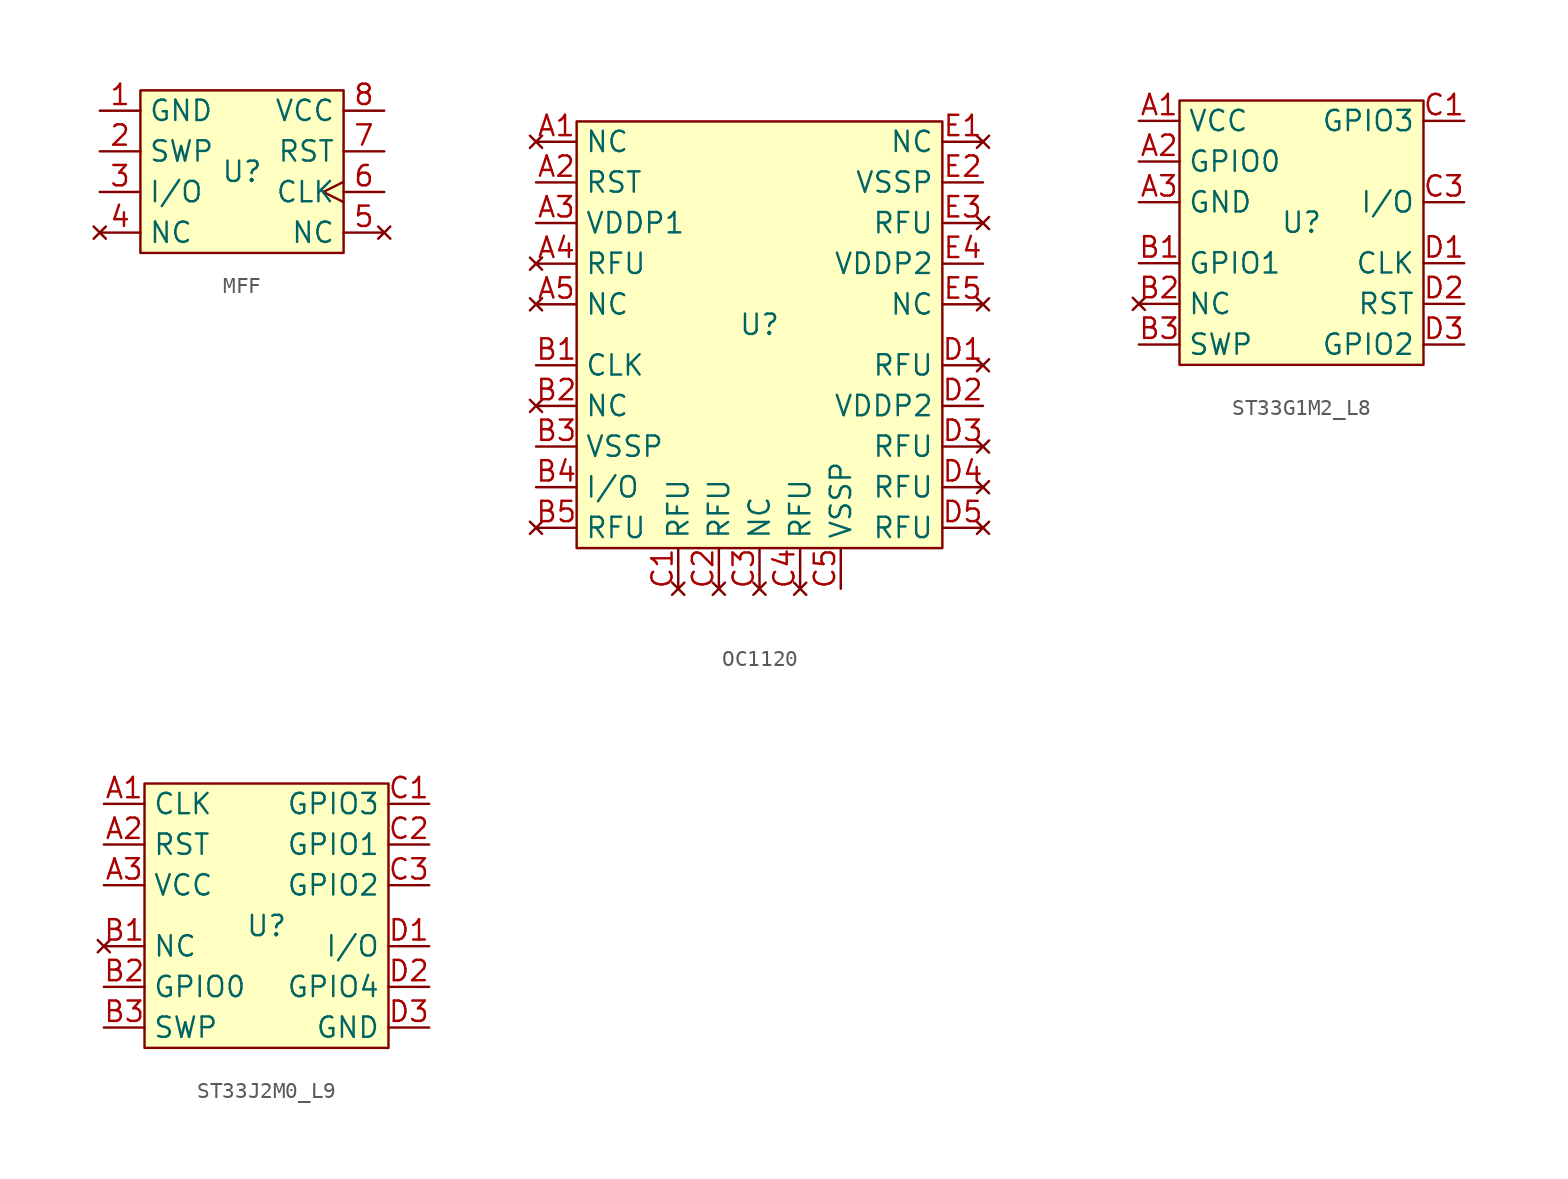
<source format=kicad_sym>
(kicad_symbol_lib
  (version 20231120)
  (generator "kicad_symbol_editor")
  (generator_version "8.0")
  (symbol "MFF"
    (property "Reference" "U"
      (at 0 0 0)
      (effects (font (size 1.27 1.27))))
    (symbol "MFF_1_1"
      (rectangle (start -6.35 5.08) (end 6.35 -5.08) (stroke (width 0) (type default)) (fill (type background)))
      (pin power_in line (at -8.89 3.81 0) (length 2.54) (name "GND" (effects (font (size 1.27 1.27)))) (number "1" (effects (font (size 1.27 1.27)))))
      (pin bidirectional line (at -8.89 1.27 0) (length 2.54) (name "SWP" (effects (font (size 1.27 1.27)))) (number "2" (effects (font (size 1.27 1.27)))) (alternate "NC" no_connect line))
      (pin bidirectional line (at -8.89 -1.27 0) (length 2.54) (name "I/O" (effects (font (size 1.27 1.27)))) (number "3" (effects (font (size 1.27 1.27)))))
      (pin no_connect line (at -8.89 -3.81 0) (length 2.54) (name "NC" (effects (font (size 1.27 1.27)))) (number "4" (effects (font (size 1.27 1.27)))))
      (pin no_connect line (at 8.89 -3.81 180) (length 2.54) (name "NC" (effects (font (size 1.27 1.27)))) (number "5" (effects (font (size 1.27 1.27)))))
      (pin input clock (at 8.89 -1.27 180) (length 2.54) (name "CLK" (effects (font (size 1.27 1.27)))) (number "6" (effects (font (size 1.27 1.27)))))
      (pin input line (at 8.89 1.27 180) (length 2.54) (name "RST" (effects (font (size 1.27 1.27)))) (number "7" (effects (font (size 1.27 1.27)))))
      (pin power_in line (at 8.89 3.81 180) (length 2.54) (name "VCC" (effects (font (size 1.27 1.27)))) (number "8" (effects (font (size 1.27 1.27)))))))
  (symbol "OC1120"
    (property "Reference" "U"
      (at 0 0 0)
      (effects (font (size 1.27 1.27))))
    (symbol "OC1120_1_1"
      (rectangle (start -11.43 12.7) (end 11.43 -13.97) (stroke (width 0) (type default)) (fill (type background)))
      (pin no_connect line (at -13.97 11.43 0) (length 2.54) (name "NC" (effects (font (size 1.27 1.27)))) (number "A1" (effects (font (size 1.27 1.27)))))
      (pin input line (at -13.97 8.89 0) (length 2.54) (name "RST" (effects (font (size 1.27 1.27)))) (number "A2" (effects (font (size 1.27 1.27)))))
      (pin power_in line (at -13.97 6.35 0) (length 2.54) (name "VDDP1" (effects (font (size 1.27 1.27)))) (number "A3" (effects (font (size 1.27 1.27)))))
      (pin no_connect line (at -13.97 3.81 0) (length 2.54) (name "RFU" (effects (font (size 1.27 1.27)))) (number "A4" (effects (font (size 1.27 1.27)))))
      (pin no_connect line (at -13.97 1.27 0) (length 2.54) (name "NC" (effects (font (size 1.27 1.27)))) (number "A5" (effects (font (size 1.27 1.27)))))
      (pin input line (at -13.97 -2.54 0) (length 2.54) (name "CLK" (effects (font (size 1.27 1.27)))) (number "B1" (effects (font (size 1.27 1.27)))))
      (pin no_connect line (at -13.97 -5.08 0) (length 2.54) (name "NC" (effects (font (size 1.27 1.27)))) (number "B2" (effects (font (size 1.27 1.27)))))
      (pin power_in line (at -13.97 -7.62 0) (length 2.54) (name "VSSP" (effects (font (size 1.27 1.27)))) (number "B3" (effects (font (size 1.27 1.27)))))
      (pin bidirectional line (at -13.97 -10.16 0) (length 2.54) (name "I/O" (effects (font (size 1.27 1.27)))) (number "B4" (effects (font (size 1.27 1.27)))))
      (pin no_connect line (at -13.97 -12.7 0) (length 2.54) (name "RFU" (effects (font (size 1.27 1.27)))) (number "B5" (effects (font (size 1.27 1.27)))))
      (pin no_connect line (at -5.08 -16.51 90) (length 2.54) (name "RFU" (effects (font (size 1.27 1.27)))) (number "C1" (effects (font (size 1.27 1.27)))))
      (pin no_connect line (at -2.54 -16.51 90) (length 2.54) (name "RFU" (effects (font (size 1.27 1.27)))) (number "C2" (effects (font (size 1.27 1.27)))))
      (pin no_connect line (at 0 -16.51 90) (length 2.54) (name "NC" (effects (font (size 1.27 1.27)))) (number "C3" (effects (font (size 1.27 1.27)))))
      (pin no_connect line (at 2.54 -16.51 90) (length 2.54) (name "RFU" (effects (font (size 1.27 1.27)))) (number "C4" (effects (font (size 1.27 1.27)))))
      (pin power_in line (at 5.08 -16.51 90) (length 2.54) (name "VSSP" (effects (font (size 1.27 1.27)))) (number "C5" (effects (font (size 1.27 1.27)))))
      (pin no_connect line (at 13.97 -2.54 180) (length 2.54) (name "RFU" (effects (font (size 1.27 1.27)))) (number "D1" (effects (font (size 1.27 1.27)))))
      (pin power_in line (at 13.97 -5.08 180) (length 2.54) (name "VDDP2" (effects (font (size 1.27 1.27)))) (number "D2" (effects (font (size 1.27 1.27)))))
      (pin no_connect line (at 13.97 -7.62 180) (length 2.54) (name "RFU" (effects (font (size 1.27 1.27)))) (number "D3" (effects (font (size 1.27 1.27)))))
      (pin no_connect line (at 13.97 -10.16 180) (length 2.54) (name "RFU" (effects (font (size 1.27 1.27)))) (number "D4" (effects (font (size 1.27 1.27)))))
      (pin no_connect line (at 13.97 -12.7 180) (length 2.54) (name "RFU" (effects (font (size 1.27 1.27)))) (number "D5" (effects (font (size 1.27 1.27)))))
      (pin no_connect line (at 13.97 11.43 180) (length 2.54) (name "NC" (effects (font (size 1.27 1.27)))) (number "E1" (effects (font (size 1.27 1.27)))))
      (pin power_in line (at 13.97 8.89 180) (length 2.54) (name "VSSP" (effects (font (size 1.27 1.27)))) (number "E2" (effects (font (size 1.27 1.27)))))
      (pin no_connect line (at 13.97 6.35 180) (length 2.54) (name "RFU" (effects (font (size 1.27 1.27)))) (number "E3" (effects (font (size 1.27 1.27)))))
      (pin power_in line (at 13.97 3.81 180) (length 2.54) (name "VDDP2" (effects (font (size 1.27 1.27)))) (number "E4" (effects (font (size 1.27 1.27)))))
      (pin no_connect line (at 13.97 1.27 180) (length 2.54) (name "NC" (effects (font (size 1.27 1.27)))) (number "E5" (effects (font (size 1.27 1.27)))))))
  (symbol "ST33G1M2_L8"
    (property "Reference" "U"
      (at 0 0 0)
      (effects (font (size 1.27 1.27))))
    (property "Value" ""
      (at 0 0 0)
      (effects (font (size 1.27 1.27))))
    (symbol "ST33G1M2_L8_1_1"
      (rectangle (start -7.62 7.62) (end 7.62 -8.89) (stroke (width 0) (type default)) (fill (type background)))
      (pin power_in line (at -10.16 6.35 0) (length 2.54) (name "VCC" (effects (font (size 1.27 1.27)))) (number "A1" (effects (font (size 1.27 1.27)))))
      (pin bidirectional line (at -10.16 3.81 0) (length 2.54) (name "GPIO0" (effects (font (size 1.27 1.27)))) (number "A2" (effects (font (size 1.27 1.27)))) (alternate "NC" no_connect line))
      (pin power_in line (at -10.16 1.27 0) (length 2.54) (name "GND" (effects (font (size 1.27 1.27)))) (number "A3" (effects (font (size 1.27 1.27)))))
      (pin bidirectional line (at -10.16 -2.54 0) (length 2.54) (name "GPIO1" (effects (font (size 1.27 1.27)))) (number "B1" (effects (font (size 1.27 1.27)))) (alternate "NC" no_connect line))
      (pin no_connect line (at -10.16 -5.08 0) (length 2.54) (name "NC" (effects (font (size 1.27 1.27)))) (number "B2" (effects (font (size 1.27 1.27)))))
      (pin bidirectional line (at -10.16 -7.62 0) (length 2.54) (name "SWP" (effects (font (size 1.27 1.27)))) (number "B3" (effects (font (size 1.27 1.27)))) (alternate "NC" no_connect line))
      (pin bidirectional line (at 10.16 6.35 180) (length 2.54) (name "GPIO3" (effects (font (size 1.27 1.27)))) (number "C1" (effects (font (size 1.27 1.27)))) (alternate "NC" no_connect line))
      (pin bidirectional line (at 10.16 1.27 180) (length 2.54) (name "I/O" (effects (font (size 1.27 1.27)))) (number "C3" (effects (font (size 1.27 1.27)))))
      (pin input line (at 10.16 -2.54 180) (length 2.54) (name "CLK" (effects (font (size 1.27 1.27)))) (number "D1" (effects (font (size 1.27 1.27)))))
      (pin input line (at 10.16 -5.08 180) (length 2.54) (name "RST" (effects (font (size 1.27 1.27)))) (number "D2" (effects (font (size 1.27 1.27)))))
      (pin bidirectional line (at 10.16 -7.62 180) (length 2.54) (name "GPIO2" (effects (font (size 1.27 1.27)))) (number "D3" (effects (font (size 1.27 1.27)))) (alternate "NC" no_connect line))))
  (symbol "ST33J2M0_L9"
    (property "Reference" "U"
      (at 0 0 0)
      (effects (font (size 1.27 1.27))))
    (symbol "ST33J2M0_L9_1_1"
      (rectangle (start -7.62 8.89) (end 7.62 -7.62) (stroke (width 0) (type default)) (fill (type background)))
      (pin input line (at -10.16 7.62 0) (length 2.54) (name "CLK" (effects (font (size 1.27 1.27)))) (number "A1" (effects (font (size 1.27 1.27)))))
      (pin input line (at -10.16 5.08 0) (length 2.54) (name "RST" (effects (font (size 1.27 1.27)))) (number "A2" (effects (font (size 1.27 1.27)))))
      (pin power_in line (at -10.16 2.54 0) (length 2.54) (name "VCC" (effects (font (size 1.27 1.27)))) (number "A3" (effects (font (size 1.27 1.27)))))
      (pin no_connect line (at -10.16 -1.27 0) (length 2.54) (name "NC" (effects (font (size 1.27 1.27)))) (number "B1" (effects (font (size 1.27 1.27)))))
      (pin bidirectional line (at -10.16 -3.81 0) (length 2.54) (name "GPIO0" (effects (font (size 1.27 1.27)))) (number "B2" (effects (font (size 1.27 1.27)))) (alternate "NC" no_connect line))
      (pin bidirectional line (at -10.16 -6.35 0) (length 2.54) (name "SWP" (effects (font (size 1.27 1.27)))) (number "B3" (effects (font (size 1.27 1.27)))))
      (pin bidirectional line (at 10.16 7.62 180) (length 2.54) (name "GPIO3" (effects (font (size 1.27 1.27)))) (number "C1" (effects (font (size 1.27 1.27)))) (alternate "NC" no_connect line))
      (pin bidirectional line (at 10.16 5.08 180) (length 2.54) (name "GPIO1" (effects (font (size 1.27 1.27)))) (number "C2" (effects (font (size 1.27 1.27)))) (alternate "NC" no_connect line))
      (pin bidirectional line (at 10.16 2.54 180) (length 2.54) (name "GPIO2" (effects (font (size 1.27 1.27)))) (number "C3" (effects (font (size 1.27 1.27)))) (alternate "NC" no_connect line))
      (pin input line (at 10.16 -1.27 180) (length 2.54) (name "I/O" (effects (font (size 1.27 1.27)))) (number "D1" (effects (font (size 1.27 1.27)))))
      (pin bidirectional line (at 10.16 -3.81 180) (length 2.54) (name "GPIO4" (effects (font (size 1.27 1.27)))) (number "D2" (effects (font (size 1.27 1.27)))) (alternate "NC" no_connect line))
      (pin power_in line (at 10.16 -6.35 180) (length 2.54) (name "GND" (effects (font (size 1.27 1.27)))) (number "D3" (effects (font (size 1.27 1.27))))))))
</source>
